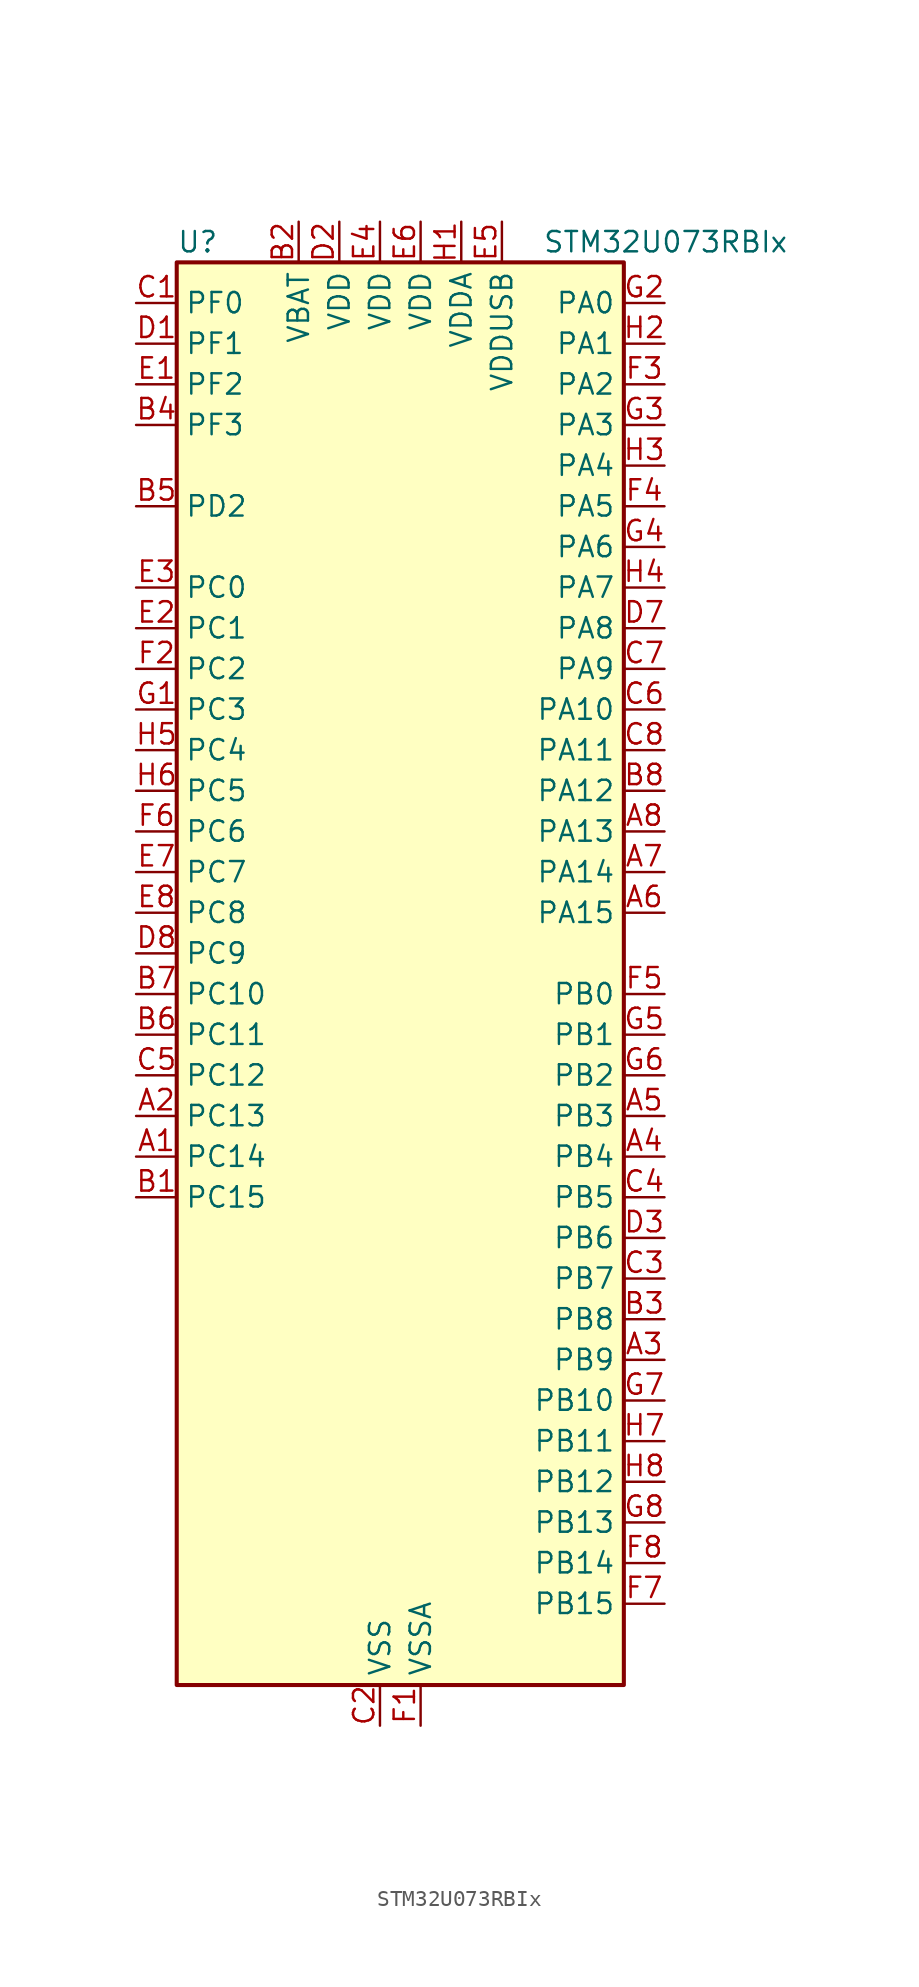
<source format=kicad_sym>
(kicad_symbol_lib
  (version 20231120)
  (generator "kicad_symbol_editor")
  (generator_version "8.99")
  (symbol "STM32U073RBIx"
    (property "Reference" "U"
      (at -12.7 46.99 0)
      (effects (font (size 1.27 1.27)) (justify left)))
    (property "Value" "STM32U073RBIx"
      (at 10.16 46.99 0)
      (effects (font (size 1.27 1.27)) (justify left)))
    (property "ki_locked" ""
      (at 0 0 0)
      (effects (font (size 1.27 1.27))))
    (symbol "STM32U073RBIx_0_1"
      (rectangle (start -12.7 -43.18) (end 15.24 45.72) (stroke (width 0.254) (type default)) (fill (type background))))
    (symbol "STM32U073RBIx_1_1"
      (pin bidirectional line (at -15.24 -10.16 0) (length 2.54) (name "PC14" (effects (font (size 1.27 1.27)))) (number "A1" (effects (font (size 1.27 1.27)))) (alternate "RCC_OSC32_IN" bidirectional line))
      (pin bidirectional line (at -15.24 -7.62 0) (length 2.54) (name "PC13" (effects (font (size 1.27 1.27)))) (number "A2" (effects (font (size 1.27 1.27)))) (alternate "LPTIM1_CH3" bidirectional line) (alternate "LPTIM3_CH3" bidirectional line) (alternate "PWR_WKUP2" bidirectional line) (alternate "RTC_OUT1" bidirectional line) (alternate "RTC_TS" bidirectional line) (alternate "TAMP_IN1" bidirectional line))
      (pin bidirectional line (at 17.78 -22.86 180) (length 2.54) (name "PB9" (effects (font (size 1.27 1.27)))) (number "A3" (effects (font (size 1.27 1.27)))) (alternate "DAC1_EXTI9" bidirectional line) (alternate "I2C1_SDA" bidirectional line) (alternate "I2C2_SDA" bidirectional line) (alternate "IR_OUT" bidirectional line) (alternate "LCD_COM3" bidirectional line) (alternate "LPTIM1_CH4" bidirectional line) (alternate "LPTIM3_CH4" bidirectional line) (alternate "SPI2_NSS" bidirectional line) (alternate "USART3_RX" bidirectional line))
      (pin bidirectional line (at 17.78 -10.16 180) (length 2.54) (name "PB4" (effects (font (size 1.27 1.27)))) (number "A4" (effects (font (size 1.27 1.27)))) (alternate "COMP2_INP" bidirectional line) (alternate "I2C2_SDA" bidirectional line) (alternate "I2C3_SDA" bidirectional line) (alternate "LCD_SEG8" bidirectional line) (alternate "LPTIM1_CH4" bidirectional line) (alternate "LPUART3_DE" bidirectional line) (alternate "LPUART3_RTS" bidirectional line) (alternate "SPI1_MISO" bidirectional line) (alternate "SPI3_MISO" bidirectional line) (alternate "TIM3_CH1" bidirectional line) (alternate "TSC_G2_IO1" bidirectional line) (alternate "USART1_CTS" bidirectional line))
      (pin bidirectional line (at 17.78 -7.62 180) (length 2.54) (name "PB3" (effects (font (size 1.27 1.27)))) (number "A5" (effects (font (size 1.27 1.27)))) (alternate "COMP2_INM" bidirectional line) (alternate "DEBUG_JTDO-SWO" bidirectional line) (alternate "I2C2_SCL" bidirectional line) (alternate "I2C3_SCL" bidirectional line) (alternate "LCD_SEG7" bidirectional line) (alternate "LPTIM1_CH3" bidirectional line) (alternate "SPI1_SCK" bidirectional line) (alternate "SPI3_SCK" bidirectional line) (alternate "TIM2_CH2" bidirectional line) (alternate "USART1_DE" bidirectional line) (alternate "USART1_RTS" bidirectional line))
      (pin bidirectional line (at 17.78 5.08 180) (length 2.54) (name "PA15" (effects (font (size 1.27 1.27)))) (number "A6" (effects (font (size 1.27 1.27)))) (alternate "DEBUG_JTDI" bidirectional line) (alternate "LCD_SEG17" bidirectional line) (alternate "LPTIM3_CH3" bidirectional line) (alternate "LPTIM3_IN2" bidirectional line) (alternate "SPI1_NSS" bidirectional line) (alternate "SPI3_NSS" bidirectional line) (alternate "TIM2_CH1" bidirectional line) (alternate "TIM2_ETR" bidirectional line) (alternate "TSC_G3_IO1" bidirectional line) (alternate "USART2_RX" bidirectional line) (alternate "USART3_DE" bidirectional line) (alternate "USART3_RTS" bidirectional line) (alternate "USART4_DE" bidirectional line) (alternate "USART4_RTS" bidirectional line))
      (pin bidirectional line (at 17.78 7.62 180) (length 2.54) (name "PA14" (effects (font (size 1.27 1.27)))) (number "A7" (effects (font (size 1.27 1.27)))) (alternate "DEBUG_JTCK-SWCLK" bidirectional line) (alternate "LCD_SEG41" bidirectional line) (alternate "LPTIM1_CH1" bidirectional line) (alternate "TSC_G3_IO4" bidirectional line))
      (pin bidirectional line (at 17.78 10.16 180) (length 2.54) (name "PA13" (effects (font (size 1.27 1.27)))) (number "A8" (effects (font (size 1.27 1.27)))) (alternate "DEBUG_JTMS-SWDIO" bidirectional line) (alternate "IR_OUT" bidirectional line) (alternate "LCD_SEG40" bidirectional line) (alternate "TSC_G7_IO4" bidirectional line) (alternate "USB_NOE" bidirectional line))
      (pin bidirectional line (at -15.24 -12.7 0) (length 2.54) (name "PC15" (effects (font (size 1.27 1.27)))) (number "B1" (effects (font (size 1.27 1.27)))) (alternate "RCC_OSC32_EN" bidirectional line) (alternate "RCC_OSC32_OUT" bidirectional line) (alternate "RCC_OSC_EN" bidirectional line))
      (pin power_in line (at -5.08 48.26 270) (length 2.54) (name "VBAT" (effects (font (size 1.27 1.27)))) (number "B2" (effects (font (size 1.27 1.27)))))
      (pin bidirectional line (at 17.78 -20.32 180) (length 2.54) (name "PB8" (effects (font (size 1.27 1.27)))) (number "B3" (effects (font (size 1.27 1.27)))) (alternate "I2C1_SCL" bidirectional line) (alternate "I2C2_SCL" bidirectional line) (alternate "LCD_SEG16" bidirectional line) (alternate "LPTIM1_IN2" bidirectional line) (alternate "LPTIM3_IN2" bidirectional line) (alternate "TIM16_CH1" bidirectional line) (alternate "USART3_TX" bidirectional line))
      (pin bidirectional line (at -15.24 35.56 0) (length 2.54) (name "PF3" (effects (font (size 1.27 1.27)))) (number "B4" (effects (font (size 1.27 1.27)))))
      (pin bidirectional line (at -15.24 30.48 0) (length 2.54) (name "PD2" (effects (font (size 1.27 1.27)))) (number "B5" (effects (font (size 1.27 1.27)))) (alternate "LCD_COM7" bidirectional line) (alternate "LCD_SEG31" bidirectional line) (alternate "LCD_SEG51" bidirectional line) (alternate "TIM3_ETR" bidirectional line) (alternate "TSC_SYNC" bidirectional line) (alternate "USART3_DE" bidirectional line) (alternate "USART3_RTS" bidirectional line))
      (pin bidirectional line (at -15.24 -2.54 0) (length 2.54) (name "PC11" (effects (font (size 1.27 1.27)))) (number "B6" (effects (font (size 1.27 1.27)))) (alternate "ADC1_EXTI11" bidirectional line) (alternate "LCD_COM5" bidirectional line) (alternate "LCD_SEG29" bidirectional line) (alternate "LCD_SEG49" bidirectional line) (alternate "LPTIM3_IN1" bidirectional line) (alternate "SPI3_MISO" bidirectional line) (alternate "TSC_G3_IO3" bidirectional line) (alternate "USART3_RX" bidirectional line) (alternate "USART4_RX" bidirectional line))
      (pin bidirectional line (at -15.24 0 0) (length 2.54) (name "PC10" (effects (font (size 1.27 1.27)))) (number "B7" (effects (font (size 1.27 1.27)))) (alternate "LCD_COM4" bidirectional line) (alternate "LCD_SEG28" bidirectional line) (alternate "LCD_SEG48" bidirectional line) (alternate "LPTIM3_ETR" bidirectional line) (alternate "SPI3_SCK" bidirectional line) (alternate "TSC_G3_IO2" bidirectional line) (alternate "USART3_TX" bidirectional line) (alternate "USART4_TX" bidirectional line))
      (pin bidirectional line (at 17.78 12.7 180) (length 2.54) (name "PA12" (effects (font (size 1.27 1.27)))) (number "B8" (effects (font (size 1.27 1.27)))) (alternate "SPI1_MOSI" bidirectional line) (alternate "SPI2_MOSI" bidirectional line) (alternate "TIM1_ETR" bidirectional line) (alternate "USART1_DE" bidirectional line) (alternate "USART1_RTS" bidirectional line) (alternate "USB_DP" bidirectional line))
      (pin bidirectional line (at -15.24 43.18 0) (length 2.54) (name "PF0" (effects (font (size 1.27 1.27)))) (number "C1" (effects (font (size 1.27 1.27)))) (alternate "RCC_OSC_IN" bidirectional line))
      (pin power_in line (at 0 -45.72 90) (length 2.54) (name "VSS" (effects (font (size 1.27 1.27)))) (number "C2" (effects (font (size 1.27 1.27)))))
      (pin bidirectional line (at 17.78 -17.78 180) (length 2.54) (name "PB7" (effects (font (size 1.27 1.27)))) (number "C3" (effects (font (size 1.27 1.27)))) (alternate "COMP2_INM" bidirectional line) (alternate "I2C1_SDA" bidirectional line) (alternate "I2C2_SDA" bidirectional line) (alternate "I2C4_SDA" bidirectional line) (alternate "LCD_SEG21" bidirectional line) (alternate "LPTIM1_IN2" bidirectional line) (alternate "LPUART2_RX" bidirectional line) (alternate "LPUART3_RX" bidirectional line) (alternate "PWR_PVD_IN" bidirectional line) (alternate "TSC_G2_IO4" bidirectional line) (alternate "USART1_RX" bidirectional line) (alternate "USART4_CTS" bidirectional line))
      (pin bidirectional line (at 17.78 -12.7 180) (length 2.54) (name "PB5" (effects (font (size 1.27 1.27)))) (number "C4" (effects (font (size 1.27 1.27)))) (alternate "COMP2_OUT" bidirectional line) (alternate "LCD_SEG9" bidirectional line) (alternate "LPTIM1_IN1" bidirectional line) (alternate "LPUART3_CTS" bidirectional line) (alternate "SPI1_MOSI" bidirectional line) (alternate "SPI3_MOSI" bidirectional line) (alternate "TIM16_BKIN" bidirectional line) (alternate "TIM3_CH2" bidirectional line) (alternate "TSC_G2_IO2" bidirectional line) (alternate "USART1_CK" bidirectional line))
      (pin bidirectional line (at -15.24 -5.08 0) (length 2.54) (name "PC12" (effects (font (size 1.27 1.27)))) (number "C5" (effects (font (size 1.27 1.27)))) (alternate "LCD_COM6" bidirectional line) (alternate "LCD_SEG30" bidirectional line) (alternate "LCD_SEG50" bidirectional line) (alternate "LPTIM3_CH3" bidirectional line) (alternate "SPI3_MOSI" bidirectional line) (alternate "USART3_CK" bidirectional line) (alternate "USART4_CK" bidirectional line))
      (pin bidirectional line (at 17.78 17.78 180) (length 2.54) (name "PA10" (effects (font (size 1.27 1.27)))) (number "C6" (effects (font (size 1.27 1.27)))) (alternate "CRS_SYNC" bidirectional line) (alternate "I2C1_SDA" bidirectional line) (alternate "I2C2_SDA" bidirectional line) (alternate "LCD_COM2" bidirectional line) (alternate "RCC_MCO2" bidirectional line) (alternate "SPI2_NSS" bidirectional line) (alternate "TIM1_CH3" bidirectional line) (alternate "TSC_G7_IO3" bidirectional line) (alternate "USART1_RX" bidirectional line))
      (pin bidirectional line (at 17.78 20.32 180) (length 2.54) (name "PA9" (effects (font (size 1.27 1.27)))) (number "C7" (effects (font (size 1.27 1.27)))) (alternate "COMP1_INP" bidirectional line) (alternate "DAC1_EXTI9" bidirectional line) (alternate "I2C1_SCL" bidirectional line) (alternate "I2C2_SCL" bidirectional line) (alternate "LCD_COM1" bidirectional line) (alternate "RCC_MCO" bidirectional line) (alternate "TIM15_BKIN" bidirectional line) (alternate "TIM1_CH2" bidirectional line) (alternate "TSC_G7_IO2" bidirectional line) (alternate "USART1_TX" bidirectional line))
      (pin bidirectional line (at 17.78 15.24 180) (length 2.54) (name "PA11" (effects (font (size 1.27 1.27)))) (number "C8" (effects (font (size 1.27 1.27)))) (alternate "ADC1_EXTI11" bidirectional line) (alternate "COMP1_OUT" bidirectional line) (alternate "SPI1_MISO" bidirectional line) (alternate "SPI2_MISO" bidirectional line) (alternate "TIM1_BKIN2" bidirectional line) (alternate "TIM1_CH4" bidirectional line) (alternate "USART1_CTS" bidirectional line) (alternate "USB_DM" bidirectional line))
      (pin bidirectional line (at -15.24 40.64 0) (length 2.54) (name "PF1" (effects (font (size 1.27 1.27)))) (number "D1" (effects (font (size 1.27 1.27)))) (alternate "RCC_OSC_EN" bidirectional line) (alternate "RCC_OSC_OUT" bidirectional line))
      (pin power_in line (at -2.54 48.26 270) (length 2.54) (name "VDD" (effects (font (size 1.27 1.27)))) (number "D2" (effects (font (size 1.27 1.27)))))
      (pin bidirectional line (at 17.78 -15.24 180) (length 2.54) (name "PB6" (effects (font (size 1.27 1.27)))) (number "D3" (effects (font (size 1.27 1.27)))) (alternate "COMP2_INP" bidirectional line) (alternate "I2C1_SCL" bidirectional line) (alternate "I2C2_SCL" bidirectional line) (alternate "I2C4_SCL" bidirectional line) (alternate "LPTIM1_ETR" bidirectional line) (alternate "LPUART2_TX" bidirectional line) (alternate "LPUART3_TX" bidirectional line) (alternate "TIM16_CH1N" bidirectional line) (alternate "TSC_G2_IO3" bidirectional line) (alternate "USART1_TX" bidirectional line))
      (pin passive line (at 0 -45.72 90) (length 2.54) hide (name "VSS" (effects (font (size 1.27 1.27)))) (number "D4" (effects (font (size 1.27 1.27)))))
      (pin passive line (at 0 -45.72 90) (length 2.54) hide (name "VSS" (effects (font (size 1.27 1.27)))) (number "D5" (effects (font (size 1.27 1.27)))))
      (pin passive line (at 0 -45.72 90) (length 2.54) hide (name "VSS" (effects (font (size 1.27 1.27)))) (number "D6" (effects (font (size 1.27 1.27)))))
      (pin bidirectional line (at 17.78 22.86 180) (length 2.54) (name "PA8" (effects (font (size 1.27 1.27)))) (number "D7" (effects (font (size 1.27 1.27)))) (alternate "LCD_COM0" bidirectional line) (alternate "LPTIM2_CH1" bidirectional line) (alternate "RCC_MCO" bidirectional line) (alternate "RCC_MCO2" bidirectional line) (alternate "TIM1_CH1" bidirectional line) (alternate "TSC_G7_IO1" bidirectional line) (alternate "USART1_CK" bidirectional line))
      (pin bidirectional line (at -15.24 2.54 0) (length 2.54) (name "PC9" (effects (font (size 1.27 1.27)))) (number "D8" (effects (font (size 1.27 1.27)))) (alternate "DAC1_EXTI9" bidirectional line) (alternate "LCD_SEG27" bidirectional line) (alternate "LPTIM3_CH2" bidirectional line) (alternate "TIM3_CH4" bidirectional line) (alternate "TSC_G4_IO4" bidirectional line) (alternate "USB_NOE" bidirectional line))
      (pin bidirectional line (at -15.24 38.1 0) (length 2.54) (name "PF2" (effects (font (size 1.27 1.27)))) (number "E1" (effects (font (size 1.27 1.27)))) (alternate "RCC_MCO" bidirectional line))
      (pin bidirectional line (at -15.24 22.86 0) (length 2.54) (name "PC1" (effects (font (size 1.27 1.27)))) (number "E2" (effects (font (size 1.27 1.27)))) (alternate "ADC1_IN1" bidirectional line) (alternate "I2C3_SDA" bidirectional line) (alternate "I2C4_SDA" bidirectional line) (alternate "LCD_BIAS2" bidirectional line) (alternate "LCD_SEG19" bidirectional line) (alternate "LPTIM1_CH1" bidirectional line) (alternate "LPUART1_TX" bidirectional line) (alternate "LPUART2_RX" bidirectional line))
      (pin bidirectional line (at -15.24 25.4 0) (length 2.54) (name "PC0" (effects (font (size 1.27 1.27)))) (number "E3" (effects (font (size 1.27 1.27)))) (alternate "ADC1_IN0" bidirectional line) (alternate "I2C3_SCL" bidirectional line) (alternate "I2C4_SCL" bidirectional line) (alternate "LCD_BIAS1" bidirectional line) (alternate "LCD_SEG18" bidirectional line) (alternate "LPTIM1_IN1" bidirectional line) (alternate "LPTIM2_IN1" bidirectional line) (alternate "LPUART1_RX" bidirectional line) (alternate "LPUART2_TX" bidirectional line))
      (pin power_in line (at 0 48.26 270) (length 2.54) (name "VDD" (effects (font (size 1.27 1.27)))) (number "E4" (effects (font (size 1.27 1.27)))))
      (pin power_in line (at 7.62 48.26 270) (length 2.54) (name "VDDUSB" (effects (font (size 1.27 1.27)))) (number "E5" (effects (font (size 1.27 1.27)))))
      (pin power_in line (at 2.54 48.26 270) (length 2.54) (name "VDD" (effects (font (size 1.27 1.27)))) (number "E6" (effects (font (size 1.27 1.27)))))
      (pin bidirectional line (at -15.24 7.62 0) (length 2.54) (name "PC7" (effects (font (size 1.27 1.27)))) (number "E7" (effects (font (size 1.27 1.27)))) (alternate "LCD_SEG25" bidirectional line) (alternate "LPTIM2_CH2" bidirectional line) (alternate "LPTIM3_CH4" bidirectional line) (alternate "LPUART2_RX" bidirectional line) (alternate "TIM3_CH2" bidirectional line) (alternate "TSC_G4_IO2" bidirectional line))
      (pin bidirectional line (at -15.24 5.08 0) (length 2.54) (name "PC8" (effects (font (size 1.27 1.27)))) (number "E8" (effects (font (size 1.27 1.27)))) (alternate "LCD_SEG26" bidirectional line) (alternate "LPTIM3_CH1" bidirectional line) (alternate "TIM3_CH3" bidirectional line) (alternate "TSC_G4_IO3" bidirectional line))
      (pin power_in line (at 2.54 -45.72 90) (length 2.54) (name "VSSA" (effects (font (size 1.27 1.27)))) (number "F1" (effects (font (size 1.27 1.27)))))
      (pin bidirectional line (at -15.24 20.32 0) (length 2.54) (name "PC2" (effects (font (size 1.27 1.27)))) (number "F2" (effects (font (size 1.27 1.27)))) (alternate "ADC1_IN2" bidirectional line) (alternate "LCD_BIAS3" bidirectional line) (alternate "LCD_SEG20" bidirectional line) (alternate "LPTIM1_IN2" bidirectional line) (alternate "RCC_MCO2" bidirectional line) (alternate "SPI2_MISO" bidirectional line))
      (pin bidirectional line (at 17.78 38.1 180) (length 2.54) (name "PA2" (effects (font (size 1.27 1.27)))) (number "F3" (effects (font (size 1.27 1.27)))) (alternate "ADC1_IN6" bidirectional line) (alternate "COMP2_INM" bidirectional line) (alternate "COMP2_OUT" bidirectional line) (alternate "LCD_SEG1" bidirectional line) (alternate "LPUART1_TX" bidirectional line) (alternate "PWR_WKUP4" bidirectional line) (alternate "RCC_LSCO" bidirectional line) (alternate "TIM15_CH1" bidirectional line) (alternate "TIM2_CH3" bidirectional line) (alternate "USART2_TX" bidirectional line))
      (pin bidirectional line (at 17.78 30.48 180) (length 2.54) (name "PA5" (effects (font (size 1.27 1.27)))) (number "F4" (effects (font (size 1.27 1.27)))) (alternate "ADC1_IN9" bidirectional line) (alternate "COMP1_INM" bidirectional line) (alternate "COMP2_INM" bidirectional line) (alternate "LCD_SEG44" bidirectional line) (alternate "LPTIM2_ETR" bidirectional line) (alternate "LPUART3_RX" bidirectional line) (alternate "SPI1_SCK" bidirectional line) (alternate "TIM2_CH1" bidirectional line) (alternate "TIM2_ETR" bidirectional line) (alternate "USART3_TX" bidirectional line))
      (pin bidirectional line (at 17.78 0 180) (length 2.54) (name "PB0" (effects (font (size 1.27 1.27)))) (number "F5" (effects (font (size 1.27 1.27)))) (alternate "ADC1_IN17" bidirectional line) (alternate "COMP1_OUT" bidirectional line) (alternate "LCD_SEG5" bidirectional line) (alternate "LPTIM3_CH1" bidirectional line) (alternate "LPUART2_CTS" bidirectional line) (alternate "SPI1_NSS" bidirectional line) (alternate "TIM1_CH2N" bidirectional line) (alternate "TIM3_CH3" bidirectional line) (alternate "TSC_G5_IO2" bidirectional line) (alternate "USART3_CK" bidirectional line))
      (pin bidirectional line (at -15.24 10.16 0) (length 2.54) (name "PC6" (effects (font (size 1.27 1.27)))) (number "F6" (effects (font (size 1.27 1.27)))) (alternate "COMP1_INP" bidirectional line) (alternate "LCD_SEG24" bidirectional line) (alternate "LPUART2_TX" bidirectional line) (alternate "TIM3_CH1" bidirectional line) (alternate "TSC_G4_IO1" bidirectional line))
      (pin bidirectional line (at 17.78 -38.1 180) (length 2.54) (name "PB15" (effects (font (size 1.27 1.27)))) (number "F7" (effects (font (size 1.27 1.27)))) (alternate "LCD_SEG15" bidirectional line) (alternate "PWR_WKUP7" bidirectional line) (alternate "RTC_REFIN" bidirectional line) (alternate "SPI2_MOSI" bidirectional line) (alternate "TAMP_IN3" bidirectional line) (alternate "TIM15_CH2" bidirectional line) (alternate "TIM1_CH3N" bidirectional line) (alternate "TSC_G1_IO4" bidirectional line))
      (pin bidirectional line (at 17.78 -35.56 180) (length 2.54) (name "PB14" (effects (font (size 1.27 1.27)))) (number "F8" (effects (font (size 1.27 1.27)))) (alternate "I2C2_SDA" bidirectional line) (alternate "LCD_SEG14" bidirectional line) (alternate "LPTIM3_ETR" bidirectional line) (alternate "SPI2_MISO" bidirectional line) (alternate "TIM15_CH1" bidirectional line) (alternate "TIM1_CH2N" bidirectional line) (alternate "TSC_G1_IO3" bidirectional line) (alternate "USART3_DE" bidirectional line) (alternate "USART3_RTS" bidirectional line))
      (pin bidirectional line (at -15.24 17.78 0) (length 2.54) (name "PC3" (effects (font (size 1.27 1.27)))) (number "G1" (effects (font (size 1.27 1.27)))) (alternate "ADC1_IN3" bidirectional line) (alternate "LPTIM1_ETR" bidirectional line) (alternate "LPTIM2_ETR" bidirectional line) (alternate "LPTIM3_CH1" bidirectional line) (alternate "SPI2_MOSI" bidirectional line) (alternate "USART4_CK" bidirectional line))
      (pin bidirectional line (at 17.78 43.18 180) (length 2.54) (name "PA0" (effects (font (size 1.27 1.27)))) (number "G2" (effects (font (size 1.27 1.27)))) (alternate "ADC1_IN4" bidirectional line) (alternate "COMP1_INM" bidirectional line) (alternate "COMP1_OUT" bidirectional line) (alternate "LCD_SEG42" bidirectional line) (alternate "OPAMP1_VINP" bidirectional line) (alternate "PWR_WKUP1" bidirectional line) (alternate "TAMP_IN2" bidirectional line) (alternate "TIM2_CH1" bidirectional line) (alternate "TIM2_ETR" bidirectional line) (alternate "USART2_CTS" bidirectional line) (alternate "USART4_TX" bidirectional line))
      (pin bidirectional line (at 17.78 35.56 180) (length 2.54) (name "PA3" (effects (font (size 1.27 1.27)))) (number "G3" (effects (font (size 1.27 1.27)))) (alternate "ADC1_IN7" bidirectional line) (alternate "COMP2_INP" bidirectional line) (alternate "LCD_SEG2" bidirectional line) (alternate "LPUART1_RX" bidirectional line) (alternate "OPAMP1_VOUT" bidirectional line) (alternate "TIM15_CH2" bidirectional line) (alternate "TIM2_CH4" bidirectional line) (alternate "USART2_RX" bidirectional line))
      (pin bidirectional line (at 17.78 27.94 180) (length 2.54) (name "PA6" (effects (font (size 1.27 1.27)))) (number "G4" (effects (font (size 1.27 1.27)))) (alternate "ADC1_IN10" bidirectional line) (alternate "COMP1_OUT" bidirectional line) (alternate "I2C2_SDA" bidirectional line) (alternate "I2C3_SDA" bidirectional line) (alternate "LCD_SEG3" bidirectional line) (alternate "LPUART1_CTS" bidirectional line) (alternate "SPI1_MISO" bidirectional line) (alternate "TIM16_CH1" bidirectional line) (alternate "TIM1_BKIN" bidirectional line) (alternate "TIM3_CH1" bidirectional line) (alternate "TSC_G5_IO1" bidirectional line) (alternate "USART3_CTS" bidirectional line))
      (pin bidirectional line (at 17.78 -2.54 180) (length 2.54) (name "PB1" (effects (font (size 1.27 1.27)))) (number "G5" (effects (font (size 1.27 1.27)))) (alternate "ADC1_IN18" bidirectional line) (alternate "COMP1_INM" bidirectional line) (alternate "LCD_SEG6" bidirectional line) (alternate "LPTIM2_IN1" bidirectional line) (alternate "LPTIM3_CH2" bidirectional line) (alternate "LPUART1_DE" bidirectional line) (alternate "LPUART1_RTS" bidirectional line) (alternate "LPUART2_DE" bidirectional line) (alternate "LPUART2_RTS" bidirectional line) (alternate "TIM1_CH3N" bidirectional line) (alternate "TIM3_CH4" bidirectional line) (alternate "TSC_SYNC" bidirectional line) (alternate "USART3_DE" bidirectional line) (alternate "USART3_RTS" bidirectional line))
      (pin bidirectional line (at 17.78 -5.08 180) (length 2.54) (name "PB2" (effects (font (size 1.27 1.27)))) (number "G6" (effects (font (size 1.27 1.27)))) (alternate "COMP1_INP" bidirectional line) (alternate "LPTIM1_CH1" bidirectional line) (alternate "RTC_OUT2" bidirectional line))
      (pin bidirectional line (at 17.78 -25.4 180) (length 2.54) (name "PB10" (effects (font (size 1.27 1.27)))) (number "G7" (effects (font (size 1.27 1.27)))) (alternate "COMP1_OUT" bidirectional line) (alternate "I2C2_SCL" bidirectional line) (alternate "I2C4_SCL" bidirectional line) (alternate "LCD_SEG10" bidirectional line) (alternate "LPTIM3_CH1" bidirectional line) (alternate "LPUART1_RX" bidirectional line) (alternate "LPUART2_RX" bidirectional line) (alternate "SPI2_SCK" bidirectional line) (alternate "TIM2_CH3" bidirectional line) (alternate "TSC_G5_IO3" bidirectional line) (alternate "USART3_TX" bidirectional line))
      (pin bidirectional line (at 17.78 -33.02 180) (length 2.54) (name "PB13" (effects (font (size 1.27 1.27)))) (number "G8" (effects (font (size 1.27 1.27)))) (alternate "I2C2_SCL" bidirectional line) (alternate "LCD_SEG13" bidirectional line) (alternate "LPTIM3_IN1" bidirectional line) (alternate "LPUART1_CTS" bidirectional line) (alternate "SPI2_SCK" bidirectional line) (alternate "TIM15_CH1N" bidirectional line) (alternate "TIM1_CH1N" bidirectional line) (alternate "TSC_G1_IO2" bidirectional line) (alternate "USART3_CTS" bidirectional line))
      (pin power_in line (at 5.08 48.26 270) (length 2.54) (name "VDDA" (effects (font (size 1.27 1.27)))) (number "H1" (effects (font (size 1.27 1.27)))))
      (pin bidirectional line (at 17.78 40.64 180) (length 2.54) (name "PA1" (effects (font (size 1.27 1.27)))) (number "H2" (effects (font (size 1.27 1.27)))) (alternate "ADC1_IN5" bidirectional line) (alternate "COMP1_INP" bidirectional line) (alternate "LCD_SEG0" bidirectional line) (alternate "LPTIM1_CH2" bidirectional line) (alternate "OPAMP1_VINM" bidirectional line) (alternate "PWR_WKUP3" bidirectional line) (alternate "SPI1_SCK" bidirectional line) (alternate "SPI2_SCK" bidirectional line) (alternate "TAMP_IN5" bidirectional line) (alternate "TIM15_CH1N" bidirectional line) (alternate "TIM2_CH2" bidirectional line) (alternate "USART2_DE" bidirectional line) (alternate "USART2_RTS" bidirectional line) (alternate "USART4_RX" bidirectional line))
      (pin bidirectional line (at 17.78 33.02 180) (length 2.54) (name "PA4" (effects (font (size 1.27 1.27)))) (number "H3" (effects (font (size 1.27 1.27)))) (alternate "ADC1_IN8" bidirectional line) (alternate "COMP1_INM" bidirectional line) (alternate "COMP2_INM" bidirectional line) (alternate "DAC1_OUT1" bidirectional line) (alternate "LCD_SEG43" bidirectional line) (alternate "LPTIM2_CH1" bidirectional line) (alternate "LPUART3_TX" bidirectional line) (alternate "SPI1_NSS" bidirectional line) (alternate "SPI3_NSS" bidirectional line) (alternate "USART2_CK" bidirectional line))
      (pin bidirectional line (at 17.78 25.4 180) (length 2.54) (name "PA7" (effects (font (size 1.27 1.27)))) (number "H4" (effects (font (size 1.27 1.27)))) (alternate "ADC1_IN14" bidirectional line) (alternate "COMP2_OUT" bidirectional line) (alternate "I2C2_SCL" bidirectional line) (alternate "I2C3_SCL" bidirectional line) (alternate "LCD_SEG4" bidirectional line) (alternate "LPTIM2_CH2" bidirectional line) (alternate "SPI1_MOSI" bidirectional line) (alternate "TIM1_CH1N" bidirectional line) (alternate "TIM3_CH2" bidirectional line) (alternate "USART3_RX" bidirectional line))
      (pin bidirectional line (at -15.24 15.24 0) (length 2.54) (name "PC4" (effects (font (size 1.27 1.27)))) (number "H5" (effects (font (size 1.27 1.27)))) (alternate "ADC1_IN15" bidirectional line) (alternate "COMP1_INM" bidirectional line) (alternate "LCD_SEG22" bidirectional line) (alternate "LPUART3_TX" bidirectional line) (alternate "USART3_TX" bidirectional line))
      (pin bidirectional line (at -15.24 12.7 0) (length 2.54) (name "PC5" (effects (font (size 1.27 1.27)))) (number "H6" (effects (font (size 1.27 1.27)))) (alternate "ADC1_IN16" bidirectional line) (alternate "COMP1_INP" bidirectional line) (alternate "LCD_SEG23" bidirectional line) (alternate "LPTIM3_CH3" bidirectional line) (alternate "LPUART3_RX" bidirectional line) (alternate "PWR_WKUP5" bidirectional line) (alternate "TAMP_IN4" bidirectional line) (alternate "USART3_RX" bidirectional line))
      (pin bidirectional line (at 17.78 -27.94 180) (length 2.54) (name "PB11" (effects (font (size 1.27 1.27)))) (number "H7" (effects (font (size 1.27 1.27)))) (alternate "ADC1_EXTI11" bidirectional line) (alternate "COMP2_OUT" bidirectional line) (alternate "I2C2_SDA" bidirectional line) (alternate "I2C4_SDA" bidirectional line) (alternate "LCD_SEG11" bidirectional line) (alternate "LPUART1_TX" bidirectional line) (alternate "LPUART2_TX" bidirectional line) (alternate "TIM2_CH4" bidirectional line) (alternate "TSC_G5_IO4" bidirectional line) (alternate "USART3_RX" bidirectional line))
      (pin bidirectional line (at 17.78 -30.48 180) (length 2.54) (name "PB12" (effects (font (size 1.27 1.27)))) (number "H8" (effects (font (size 1.27 1.27)))) (alternate "LCD_SEG12" bidirectional line) (alternate "LPUART1_DE" bidirectional line) (alternate "LPUART1_RTS" bidirectional line) (alternate "SPI2_NSS" bidirectional line) (alternate "TIM15_BKIN" bidirectional line) (alternate "TIM1_BKIN" bidirectional line) (alternate "TSC_G1_IO1" bidirectional line) (alternate "USART3_CK" bidirectional line)))))
</source>
